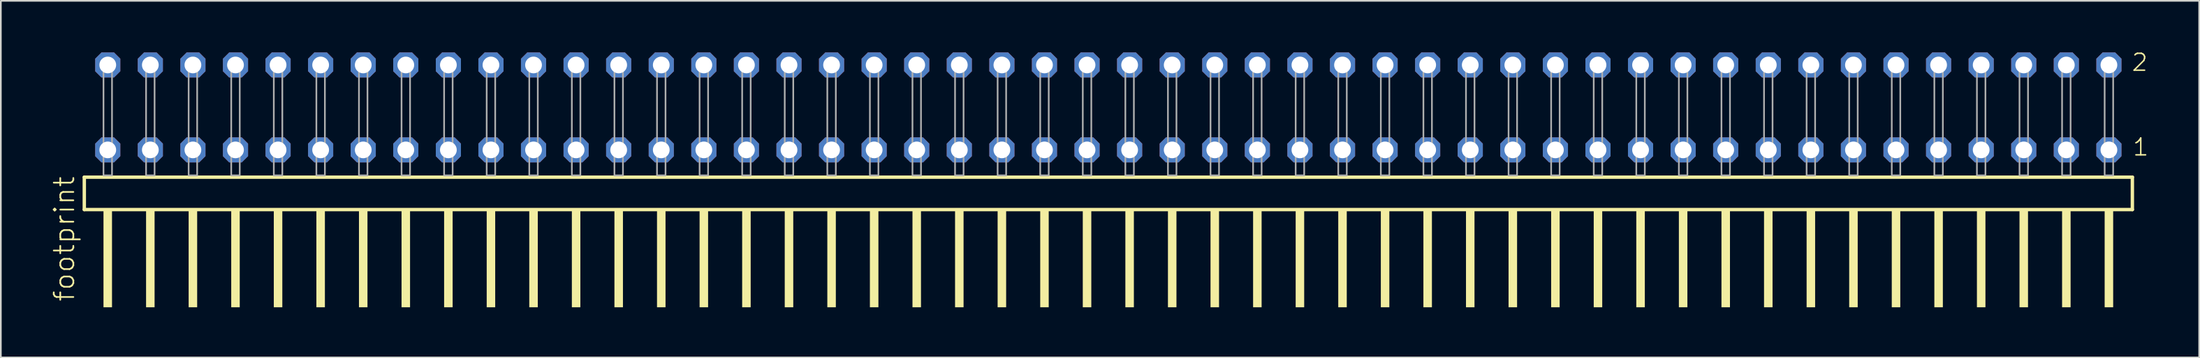
<source format=kicad_pcb>
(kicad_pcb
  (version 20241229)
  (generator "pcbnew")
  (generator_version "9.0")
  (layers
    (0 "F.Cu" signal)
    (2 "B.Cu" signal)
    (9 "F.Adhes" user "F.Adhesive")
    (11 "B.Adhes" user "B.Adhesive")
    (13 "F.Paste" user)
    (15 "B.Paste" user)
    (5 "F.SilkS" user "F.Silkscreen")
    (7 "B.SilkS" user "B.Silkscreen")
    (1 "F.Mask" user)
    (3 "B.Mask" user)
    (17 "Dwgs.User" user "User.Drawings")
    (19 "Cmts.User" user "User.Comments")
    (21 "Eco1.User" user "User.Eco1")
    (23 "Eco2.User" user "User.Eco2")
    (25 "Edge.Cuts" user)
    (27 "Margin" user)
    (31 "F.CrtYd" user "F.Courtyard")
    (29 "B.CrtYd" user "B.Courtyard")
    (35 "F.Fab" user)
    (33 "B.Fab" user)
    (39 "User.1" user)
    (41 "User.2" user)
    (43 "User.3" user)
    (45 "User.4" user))
  (footprint "footprint"
    (layer "F.Cu")
    (at 63.068 7.441)
    (property "Reference" "footprint" (at -61.595 7.62 90) (layer "F.SilkS") (effects (font (size 1.168 1.168) (thickness 0.102)) (justify left bottom)))
    (fp_line (start -61.089 0.106) (end -61.089 2.046) (stroke (width 0.203) (type solid)) (layer "F.SilkS"))
    (fp_line (start -61.089 2.046) (end 61.089 2.046) (stroke (width 0.203) (type solid)) (layer "F.SilkS"))
    (fp_line (start 61.089 0.106) (end -61.089 0.106) (stroke (width 0.203) (type solid)) (layer "F.SilkS"))
    (fp_line (start 61.089 2.046) (end 61.089 0.106) (stroke (width 0.203) (type solid)) (layer "F.SilkS"))
    (fp_poly (pts (xy -59.944 7.89) (xy -59.436 7.89) (xy -59.436 2.04) (xy -59.944 2.04)) (stroke (width 0) (type solid)) (fill yes) (layer "F.SilkS"))
    (fp_poly (pts (xy -57.404 7.89) (xy -56.896 7.89) (xy -56.896 2.04) (xy -57.404 2.04)) (stroke (width 0) (type solid)) (fill yes) (layer "F.SilkS"))
    (fp_poly (pts (xy -54.864 7.89) (xy -54.356 7.89) (xy -54.356 2.04) (xy -54.864 2.04)) (stroke (width 0) (type solid)) (fill yes) (layer "F.SilkS"))
    (fp_poly (pts (xy -52.324 7.89) (xy -51.816 7.89) (xy -51.816 2.04) (xy -52.324 2.04)) (stroke (width 0) (type solid)) (fill yes) (layer "F.SilkS"))
    (fp_poly (pts (xy -49.784 7.89) (xy -49.276 7.89) (xy -49.276 2.04) (xy -49.784 2.04)) (stroke (width 0) (type solid)) (fill yes) (layer "F.SilkS"))
    (fp_poly (pts (xy -47.244 7.89) (xy -46.736 7.89) (xy -46.736 2.04) (xy -47.244 2.04)) (stroke (width 0) (type solid)) (fill yes) (layer "F.SilkS"))
    (fp_poly (pts (xy -44.704 7.89) (xy -44.196 7.89) (xy -44.196 2.04) (xy -44.704 2.04)) (stroke (width 0) (type solid)) (fill yes) (layer "F.SilkS"))
    (fp_poly (pts (xy -42.164 7.89) (xy -41.656 7.89) (xy -41.656 2.04) (xy -42.164 2.04)) (stroke (width 0) (type solid)) (fill yes) (layer "F.SilkS"))
    (fp_poly (pts (xy -39.624 7.89) (xy -39.116 7.89) (xy -39.116 2.04) (xy -39.624 2.04)) (stroke (width 0) (type solid)) (fill yes) (layer "F.SilkS"))
    (fp_poly (pts (xy -37.084 7.89) (xy -36.576 7.89) (xy -36.576 2.04) (xy -37.084 2.04)) (stroke (width 0) (type solid)) (fill yes) (layer "F.SilkS"))
    (fp_poly (pts (xy -34.544 7.89) (xy -34.036 7.89) (xy -34.036 2.04) (xy -34.544 2.04)) (stroke (width 0) (type solid)) (fill yes) (layer "F.SilkS"))
    (fp_poly (pts (xy -32.004 7.89) (xy -31.496 7.89) (xy -31.496 2.04) (xy -32.004 2.04)) (stroke (width 0) (type solid)) (fill yes) (layer "F.SilkS"))
    (fp_poly (pts (xy -29.464 7.89) (xy -28.956 7.89) (xy -28.956 2.04) (xy -29.464 2.04)) (stroke (width 0) (type solid)) (fill yes) (layer "F.SilkS"))
    (fp_poly (pts (xy -26.924 7.89) (xy -26.416 7.89) (xy -26.416 2.04) (xy -26.924 2.04)) (stroke (width 0) (type solid)) (fill yes) (layer "F.SilkS"))
    (fp_poly (pts (xy -24.384 7.89) (xy -23.876 7.89) (xy -23.876 2.04) (xy -24.384 2.04)) (stroke (width 0) (type solid)) (fill yes) (layer "F.SilkS"))
    (fp_poly (pts (xy -21.844 7.89) (xy -21.336 7.89) (xy -21.336 2.04) (xy -21.844 2.04)) (stroke (width 0) (type solid)) (fill yes) (layer "F.SilkS"))
    (fp_poly (pts (xy -19.304 7.89) (xy -18.796 7.89) (xy -18.796 2.04) (xy -19.304 2.04)) (stroke (width 0) (type solid)) (fill yes) (layer "F.SilkS"))
    (fp_poly (pts (xy -16.764 7.89) (xy -16.256 7.89) (xy -16.256 2.04) (xy -16.764 2.04)) (stroke (width 0) (type solid)) (fill yes) (layer "F.SilkS"))
    (fp_poly (pts (xy -14.224 7.89) (xy -13.716 7.89) (xy -13.716 2.04) (xy -14.224 2.04)) (stroke (width 0) (type solid)) (fill yes) (layer "F.SilkS"))
    (fp_poly (pts (xy -11.684 7.89) (xy -11.176 7.89) (xy -11.176 2.04) (xy -11.684 2.04)) (stroke (width 0) (type solid)) (fill yes) (layer "F.SilkS"))
    (fp_poly (pts (xy -9.144 7.89) (xy -8.636 7.89) (xy -8.636 2.04) (xy -9.144 2.04)) (stroke (width 0) (type solid)) (fill yes) (layer "F.SilkS"))
    (fp_poly (pts (xy -6.604 7.89) (xy -6.096 7.89) (xy -6.096 2.04) (xy -6.604 2.04)) (stroke (width 0) (type solid)) (fill yes) (layer "F.SilkS"))
    (fp_poly (pts (xy -4.064 7.89) (xy -3.556 7.89) (xy -3.556 2.04) (xy -4.064 2.04)) (stroke (width 0) (type solid)) (fill yes) (layer "F.SilkS"))
    (fp_poly (pts (xy -1.524 7.89) (xy -1.016 7.89) (xy -1.016 2.04) (xy -1.524 2.04)) (stroke (width 0) (type solid)) (fill yes) (layer "F.SilkS"))
    (fp_poly (pts (xy 1.016 7.89) (xy 1.524 7.89) (xy 1.524 2.04) (xy 1.016 2.04)) (stroke (width 0) (type solid)) (fill yes) (layer "F.SilkS"))
    (fp_poly (pts (xy 3.556 7.89) (xy 4.064 7.89) (xy 4.064 2.04) (xy 3.556 2.04)) (stroke (width 0) (type solid)) (fill yes) (layer "F.SilkS"))
    (fp_poly (pts (xy 6.096 7.89) (xy 6.604 7.89) (xy 6.604 2.04) (xy 6.096 2.04)) (stroke (width 0) (type solid)) (fill yes) (layer "F.SilkS"))
    (fp_poly (pts (xy 8.636 7.89) (xy 9.144 7.89) (xy 9.144 2.04) (xy 8.636 2.04)) (stroke (width 0) (type solid)) (fill yes) (layer "F.SilkS"))
    (fp_poly (pts (xy 11.176 7.89) (xy 11.684 7.89) (xy 11.684 2.04) (xy 11.176 2.04)) (stroke (width 0) (type solid)) (fill yes) (layer "F.SilkS"))
    (fp_poly (pts (xy 13.716 7.89) (xy 14.224 7.89) (xy 14.224 2.04) (xy 13.716 2.04)) (stroke (width 0) (type solid)) (fill yes) (layer "F.SilkS"))
    (fp_poly (pts (xy 16.256 7.89) (xy 16.764 7.89) (xy 16.764 2.04) (xy 16.256 2.04)) (stroke (width 0) (type solid)) (fill yes) (layer "F.SilkS"))
    (fp_poly (pts (xy 18.796 7.89) (xy 19.304 7.89) (xy 19.304 2.04) (xy 18.796 2.04)) (stroke (width 0) (type solid)) (fill yes) (layer "F.SilkS"))
    (fp_poly (pts (xy 21.336 7.89) (xy 21.844 7.89) (xy 21.844 2.04) (xy 21.336 2.04)) (stroke (width 0) (type solid)) (fill yes) (layer "F.SilkS"))
    (fp_poly (pts (xy 23.876 7.89) (xy 24.384 7.89) (xy 24.384 2.04) (xy 23.876 2.04)) (stroke (width 0) (type solid)) (fill yes) (layer "F.SilkS"))
    (fp_poly (pts (xy 26.416 7.89) (xy 26.924 7.89) (xy 26.924 2.04) (xy 26.416 2.04)) (stroke (width 0) (type solid)) (fill yes) (layer "F.SilkS"))
    (fp_poly (pts (xy 28.956 7.89) (xy 29.464 7.89) (xy 29.464 2.04) (xy 28.956 2.04)) (stroke (width 0) (type solid)) (fill yes) (layer "F.SilkS"))
    (fp_poly (pts (xy 31.496 7.89) (xy 32.004 7.89) (xy 32.004 2.04) (xy 31.496 2.04)) (stroke (width 0) (type solid)) (fill yes) (layer "F.SilkS"))
    (fp_poly (pts (xy 34.036 7.89) (xy 34.544 7.89) (xy 34.544 2.04) (xy 34.036 2.04)) (stroke (width 0) (type solid)) (fill yes) (layer "F.SilkS"))
    (fp_poly (pts (xy 36.576 7.89) (xy 37.084 7.89) (xy 37.084 2.04) (xy 36.576 2.04)) (stroke (width 0) (type solid)) (fill yes) (layer "F.SilkS"))
    (fp_poly (pts (xy 39.116 7.89) (xy 39.624 7.89) (xy 39.624 2.04) (xy 39.116 2.04)) (stroke (width 0) (type solid)) (fill yes) (layer "F.SilkS"))
    (fp_poly (pts (xy 41.656 7.89) (xy 42.164 7.89) (xy 42.164 2.04) (xy 41.656 2.04)) (stroke (width 0) (type solid)) (fill yes) (layer "F.SilkS"))
    (fp_poly (pts (xy 44.196 7.89) (xy 44.704 7.89) (xy 44.704 2.04) (xy 44.196 2.04)) (stroke (width 0) (type solid)) (fill yes) (layer "F.SilkS"))
    (fp_poly (pts (xy 46.736 7.89) (xy 47.244 7.89) (xy 47.244 2.04) (xy 46.736 2.04)) (stroke (width 0) (type solid)) (fill yes) (layer "F.SilkS"))
    (fp_poly (pts (xy 49.276 7.89) (xy 49.784 7.89) (xy 49.784 2.04) (xy 49.276 2.04)) (stroke (width 0) (type solid)) (fill yes) (layer "F.SilkS"))
    (fp_poly (pts (xy 51.816 7.89) (xy 52.324 7.89) (xy 52.324 2.04) (xy 51.816 2.04)) (stroke (width 0) (type solid)) (fill yes) (layer "F.SilkS"))
    (fp_poly (pts (xy 54.356 7.89) (xy 54.864 7.89) (xy 54.864 2.04) (xy 54.356 2.04)) (stroke (width 0) (type solid)) (fill yes) (layer "F.SilkS"))
    (fp_poly (pts (xy 56.896 7.89) (xy 57.404 7.89) (xy 57.404 2.04) (xy 56.896 2.04)) (stroke (width 0) (type solid)) (fill yes) (layer "F.SilkS"))
    (fp_poly (pts (xy 59.436 7.89) (xy 59.944 7.89) (xy 59.944 2.04) (xy 59.436 2.04)) (stroke (width 0) (type solid)) (fill yes) (layer "F.SilkS"))
    (fp_poly (pts (xy -59.944 0) (xy -59.436 0) (xy -59.436 -6.858) (xy -59.944 -6.858)) (stroke (width 0.1) (type solid)) (fill no) (layer "F.Fab"))
    (fp_poly (pts (xy -57.404 0) (xy -56.896 0) (xy -56.896 -6.858) (xy -57.404 -6.858)) (stroke (width 0.1) (type solid)) (fill no) (layer "F.Fab"))
    (fp_poly (pts (xy -54.864 0) (xy -54.356 0) (xy -54.356 -6.858) (xy -54.864 -6.858)) (stroke (width 0.1) (type solid)) (fill no) (layer "F.Fab"))
    (fp_poly (pts (xy -52.324 0) (xy -51.816 0) (xy -51.816 -6.858) (xy -52.324 -6.858)) (stroke (width 0.1) (type solid)) (fill no) (layer "F.Fab"))
    (fp_poly (pts (xy -49.784 0) (xy -49.276 0) (xy -49.276 -6.858) (xy -49.784 -6.858)) (stroke (width 0.1) (type solid)) (fill no) (layer "F.Fab"))
    (fp_poly (pts (xy -47.244 0) (xy -46.736 0) (xy -46.736 -6.858) (xy -47.244 -6.858)) (stroke (width 0.1) (type solid)) (fill no) (layer "F.Fab"))
    (fp_poly (pts (xy -44.704 0) (xy -44.196 0) (xy -44.196 -6.858) (xy -44.704 -6.858)) (stroke (width 0.1) (type solid)) (fill no) (layer "F.Fab"))
    (fp_poly (pts (xy -42.164 0) (xy -41.656 0) (xy -41.656 -6.858) (xy -42.164 -6.858)) (stroke (width 0.1) (type solid)) (fill no) (layer "F.Fab"))
    (fp_poly (pts (xy -39.624 0) (xy -39.116 0) (xy -39.116 -6.858) (xy -39.624 -6.858)) (stroke (width 0.1) (type solid)) (fill no) (layer "F.Fab"))
    (fp_poly (pts (xy -37.084 0) (xy -36.576 0) (xy -36.576 -6.858) (xy -37.084 -6.858)) (stroke (width 0.1) (type solid)) (fill no) (layer "F.Fab"))
    (fp_poly (pts (xy -34.544 0) (xy -34.036 0) (xy -34.036 -6.858) (xy -34.544 -6.858)) (stroke (width 0.1) (type solid)) (fill no) (layer "F.Fab"))
    (fp_poly (pts (xy -32.004 0) (xy -31.496 0) (xy -31.496 -6.858) (xy -32.004 -6.858)) (stroke (width 0.1) (type solid)) (fill no) (layer "F.Fab"))
    (fp_poly (pts (xy -29.464 0) (xy -28.956 0) (xy -28.956 -6.858) (xy -29.464 -6.858)) (stroke (width 0.1) (type solid)) (fill no) (layer "F.Fab"))
    (fp_poly (pts (xy -26.924 0) (xy -26.416 0) (xy -26.416 -6.858) (xy -26.924 -6.858)) (stroke (width 0.1) (type solid)) (fill no) (layer "F.Fab"))
    (fp_poly (pts (xy -24.384 0) (xy -23.876 0) (xy -23.876 -6.858) (xy -24.384 -6.858)) (stroke (width 0.1) (type solid)) (fill no) (layer "F.Fab"))
    (fp_poly (pts (xy -21.844 0) (xy -21.336 0) (xy -21.336 -6.858) (xy -21.844 -6.858)) (stroke (width 0.1) (type solid)) (fill no) (layer "F.Fab"))
    (fp_poly (pts (xy -19.304 0) (xy -18.796 0) (xy -18.796 -6.858) (xy -19.304 -6.858)) (stroke (width 0.1) (type solid)) (fill no) (layer "F.Fab"))
    (fp_poly (pts (xy -16.764 0) (xy -16.256 0) (xy -16.256 -6.858) (xy -16.764 -6.858)) (stroke (width 0.1) (type solid)) (fill no) (layer "F.Fab"))
    (fp_poly (pts (xy -14.224 0) (xy -13.716 0) (xy -13.716 -6.858) (xy -14.224 -6.858)) (stroke (width 0.1) (type solid)) (fill no) (layer "F.Fab"))
    (fp_poly (pts (xy -11.684 0) (xy -11.176 0) (xy -11.176 -6.858) (xy -11.684 -6.858)) (stroke (width 0.1) (type solid)) (fill no) (layer "F.Fab"))
    (fp_poly (pts (xy -9.144 0) (xy -8.636 0) (xy -8.636 -6.858) (xy -9.144 -6.858)) (stroke (width 0.1) (type solid)) (fill no) (layer "F.Fab"))
    (fp_poly (pts (xy -6.604 0) (xy -6.096 0) (xy -6.096 -6.858) (xy -6.604 -6.858)) (stroke (width 0.1) (type solid)) (fill no) (layer "F.Fab"))
    (fp_poly (pts (xy -4.064 0) (xy -3.556 0) (xy -3.556 -6.858) (xy -4.064 -6.858)) (stroke (width 0.1) (type solid)) (fill no) (layer "F.Fab"))
    (fp_poly (pts (xy -1.524 0) (xy -1.016 0) (xy -1.016 -6.858) (xy -1.524 -6.858)) (stroke (width 0.1) (type solid)) (fill no) (layer "F.Fab"))
    (fp_poly (pts (xy 1.016 0) (xy 1.524 0) (xy 1.524 -6.858) (xy 1.016 -6.858)) (stroke (width 0.1) (type solid)) (fill no) (layer "F.Fab"))
    (fp_poly (pts (xy 3.556 0) (xy 4.064 0) (xy 4.064 -6.858) (xy 3.556 -6.858)) (stroke (width 0.1) (type solid)) (fill no) (layer "F.Fab"))
    (fp_poly (pts (xy 6.096 0) (xy 6.604 0) (xy 6.604 -6.858) (xy 6.096 -6.858)) (stroke (width 0.1) (type solid)) (fill no) (layer "F.Fab"))
    (fp_poly (pts (xy 8.636 0) (xy 9.144 0) (xy 9.144 -6.858) (xy 8.636 -6.858)) (stroke (width 0.1) (type solid)) (fill no) (layer "F.Fab"))
    (fp_poly (pts (xy 11.176 0) (xy 11.684 0) (xy 11.684 -6.858) (xy 11.176 -6.858)) (stroke (width 0.1) (type solid)) (fill no) (layer "F.Fab"))
    (fp_poly (pts (xy 13.716 0) (xy 14.224 0) (xy 14.224 -6.858) (xy 13.716 -6.858)) (stroke (width 0.1) (type solid)) (fill no) (layer "F.Fab"))
    (fp_poly (pts (xy 16.256 0) (xy 16.764 0) (xy 16.764 -6.858) (xy 16.256 -6.858)) (stroke (width 0.1) (type solid)) (fill no) (layer "F.Fab"))
    (fp_poly (pts (xy 18.796 0) (xy 19.304 0) (xy 19.304 -6.858) (xy 18.796 -6.858)) (stroke (width 0.1) (type solid)) (fill no) (layer "F.Fab"))
    (fp_poly (pts (xy 21.336 0) (xy 21.844 0) (xy 21.844 -6.858) (xy 21.336 -6.858)) (stroke (width 0.1) (type solid)) (fill no) (layer "F.Fab"))
    (fp_poly (pts (xy 23.876 0) (xy 24.384 0) (xy 24.384 -6.858) (xy 23.876 -6.858)) (stroke (width 0.1) (type solid)) (fill no) (layer "F.Fab"))
    (fp_poly (pts (xy 26.416 0) (xy 26.924 0) (xy 26.924 -6.858) (xy 26.416 -6.858)) (stroke (width 0.1) (type solid)) (fill no) (layer "F.Fab"))
    (fp_poly (pts (xy 28.956 0) (xy 29.464 0) (xy 29.464 -6.858) (xy 28.956 -6.858)) (stroke (width 0.1) (type solid)) (fill no) (layer "F.Fab"))
    (fp_poly (pts (xy 31.496 0) (xy 32.004 0) (xy 32.004 -6.858) (xy 31.496 -6.858)) (stroke (width 0.1) (type solid)) (fill no) (layer "F.Fab"))
    (fp_poly (pts (xy 34.036 0) (xy 34.544 0) (xy 34.544 -6.858) (xy 34.036 -6.858)) (stroke (width 0.1) (type solid)) (fill no) (layer "F.Fab"))
    (fp_poly (pts (xy 36.576 0) (xy 37.084 0) (xy 37.084 -6.858) (xy 36.576 -6.858)) (stroke (width 0.1) (type solid)) (fill no) (layer "F.Fab"))
    (fp_poly (pts (xy 39.116 0) (xy 39.624 0) (xy 39.624 -6.858) (xy 39.116 -6.858)) (stroke (width 0.1) (type solid)) (fill no) (layer "F.Fab"))
    (fp_poly (pts (xy 41.656 0) (xy 42.164 0) (xy 42.164 -6.858) (xy 41.656 -6.858)) (stroke (width 0.1) (type solid)) (fill no) (layer "F.Fab"))
    (fp_poly (pts (xy 44.196 0) (xy 44.704 0) (xy 44.704 -6.858) (xy 44.196 -6.858)) (stroke (width 0.1) (type solid)) (fill no) (layer "F.Fab"))
    (fp_poly (pts (xy 46.736 0) (xy 47.244 0) (xy 47.244 -6.858) (xy 46.736 -6.858)) (stroke (width 0.1) (type solid)) (fill no) (layer "F.Fab"))
    (fp_poly (pts (xy 49.276 0) (xy 49.784 0) (xy 49.784 -6.858) (xy 49.276 -6.858)) (stroke (width 0.1) (type solid)) (fill no) (layer "F.Fab"))
    (fp_poly (pts (xy 51.816 0) (xy 52.324 0) (xy 52.324 -6.858) (xy 51.816 -6.858)) (stroke (width 0.1) (type solid)) (fill no) (layer "F.Fab"))
    (fp_poly (pts (xy 54.356 0) (xy 54.864 0) (xy 54.864 -6.858) (xy 54.356 -6.858)) (stroke (width 0.1) (type solid)) (fill no) (layer "F.Fab"))
    (fp_poly (pts (xy 56.896 0) (xy 57.404 0) (xy 57.404 -6.858) (xy 56.896 -6.858)) (stroke (width 0.1) (type solid)) (fill no) (layer "F.Fab"))
    (fp_poly (pts (xy 59.436 0) (xy 59.944 0) (xy 59.944 -6.858) (xy 59.436 -6.858)) (stroke (width 0.1) (type solid)) (fill no) (layer "F.Fab"))
    (fp_text user "1" (at 61.05 -1.1 0) (layer "F.SilkS") (effects (font (size 1.012 1.012) (thickness 0.088)) (justify left bottom)))
    (fp_text user "2" (at 60.99 -6.165 0) (layer "F.SilkS") (effects (font (size 1.012 1.012) (thickness 0.088)) (justify left bottom)))
    (pad "1" thru_hole roundrect (at 59.69 -1.524 180) (size 1.5 1.5) (drill 1) (layers "*.Cu" "*.Mask") (roundrect_rratio 0.25) (chamfer_ratio 0.25) (chamfer top_left top_right bottom_left bottom_right))
    (pad "2" thru_hole roundrect (at 59.69 -6.604 180) (size 1.5 1.5) (drill 1) (layers "*.Cu" "*.Mask") (roundrect_rratio 0.25) (chamfer_ratio 0.25) (chamfer top_left top_right bottom_left bottom_right))
    (pad "3" thru_hole roundrect (at 57.15 -1.524 180) (size 1.5 1.5) (drill 1) (layers "*.Cu" "*.Mask") (roundrect_rratio 0.25) (chamfer_ratio 0.25) (chamfer top_left top_right bottom_left bottom_right))
    (pad "4" thru_hole roundrect (at 57.15 -6.604 180) (size 1.5 1.5) (drill 1) (layers "*.Cu" "*.Mask") (roundrect_rratio 0.25) (chamfer_ratio 0.25) (chamfer top_left top_right bottom_left bottom_right))
    (pad "5" thru_hole roundrect (at 54.61 -1.524 180) (size 1.5 1.5) (drill 1) (layers "*.Cu" "*.Mask") (roundrect_rratio 0.25) (chamfer_ratio 0.25) (chamfer top_left top_right bottom_left bottom_right))
    (pad "6" thru_hole roundrect (at 54.61 -6.604 180) (size 1.5 1.5) (drill 1) (layers "*.Cu" "*.Mask") (roundrect_rratio 0.25) (chamfer_ratio 0.25) (chamfer top_left top_right bottom_left bottom_right))
    (pad "7" thru_hole roundrect (at 52.07 -1.524 180) (size 1.5 1.5) (drill 1) (layers "*.Cu" "*.Mask") (roundrect_rratio 0.25) (chamfer_ratio 0.25) (chamfer top_left top_right bottom_left bottom_right))
    (pad "8" thru_hole roundrect (at 52.07 -6.604 180) (size 1.5 1.5) (drill 1) (layers "*.Cu" "*.Mask") (roundrect_rratio 0.25) (chamfer_ratio 0.25) (chamfer top_left top_right bottom_left bottom_right))
    (pad "9" thru_hole roundrect (at 49.53 -1.524 180) (size 1.5 1.5) (drill 1) (layers "*.Cu" "*.Mask") (roundrect_rratio 0.25) (chamfer_ratio 0.25) (chamfer top_left top_right bottom_left bottom_right))
    (pad "10" thru_hole roundrect (at 49.53 -6.604 180) (size 1.5 1.5) (drill 1) (layers "*.Cu" "*.Mask") (roundrect_rratio 0.25) (chamfer_ratio 0.25) (chamfer top_left top_right bottom_left bottom_right))
    (pad "11" thru_hole roundrect (at 46.99 -1.524 180) (size 1.5 1.5) (drill 1) (layers "*.Cu" "*.Mask") (roundrect_rratio 0.25) (chamfer_ratio 0.25) (chamfer top_left top_right bottom_left bottom_right))
    (pad "12" thru_hole roundrect (at 46.99 -6.604 180) (size 1.5 1.5) (drill 1) (layers "*.Cu" "*.Mask") (roundrect_rratio 0.25) (chamfer_ratio 0.25) (chamfer top_left top_right bottom_left bottom_right))
    (pad "13" thru_hole roundrect (at 44.45 -1.524 180) (size 1.5 1.5) (drill 1) (layers "*.Cu" "*.Mask") (roundrect_rratio 0.25) (chamfer_ratio 0.25) (chamfer top_left top_right bottom_left bottom_right))
    (pad "14" thru_hole roundrect (at 44.45 -6.604 180) (size 1.5 1.5) (drill 1) (layers "*.Cu" "*.Mask") (roundrect_rratio 0.25) (chamfer_ratio 0.25) (chamfer top_left top_right bottom_left bottom_right))
    (pad "15" thru_hole roundrect (at 41.91 -1.524 180) (size 1.5 1.5) (drill 1) (layers "*.Cu" "*.Mask") (roundrect_rratio 0.25) (chamfer_ratio 0.25) (chamfer top_left top_right bottom_left bottom_right))
    (pad "16" thru_hole roundrect (at 41.91 -6.604 180) (size 1.5 1.5) (drill 1) (layers "*.Cu" "*.Mask") (roundrect_rratio 0.25) (chamfer_ratio 0.25) (chamfer top_left top_right bottom_left bottom_right))
    (pad "17" thru_hole roundrect (at 39.37 -1.524 180) (size 1.5 1.5) (drill 1) (layers "*.Cu" "*.Mask") (roundrect_rratio 0.25) (chamfer_ratio 0.25) (chamfer top_left top_right bottom_left bottom_right))
    (pad "18" thru_hole roundrect (at 39.37 -6.604 180) (size 1.5 1.5) (drill 1) (layers "*.Cu" "*.Mask") (roundrect_rratio 0.25) (chamfer_ratio 0.25) (chamfer top_left top_right bottom_left bottom_right))
    (pad "19" thru_hole roundrect (at 36.83 -1.524 180) (size 1.5 1.5) (drill 1) (layers "*.Cu" "*.Mask") (roundrect_rratio 0.25) (chamfer_ratio 0.25) (chamfer top_left top_right bottom_left bottom_right))
    (pad "20" thru_hole roundrect (at 36.83 -6.604 180) (size 1.5 1.5) (drill 1) (layers "*.Cu" "*.Mask") (roundrect_rratio 0.25) (chamfer_ratio 0.25) (chamfer top_left top_right bottom_left bottom_right))
    (pad "21" thru_hole roundrect (at 34.29 -1.524 180) (size 1.5 1.5) (drill 1) (layers "*.Cu" "*.Mask") (roundrect_rratio 0.25) (chamfer_ratio 0.25) (chamfer top_left top_right bottom_left bottom_right))
    (pad "22" thru_hole roundrect (at 34.29 -6.604 180) (size 1.5 1.5) (drill 1) (layers "*.Cu" "*.Mask") (roundrect_rratio 0.25) (chamfer_ratio 0.25) (chamfer top_left top_right bottom_left bottom_right))
    (pad "23" thru_hole roundrect (at 31.75 -1.524 180) (size 1.5 1.5) (drill 1) (layers "*.Cu" "*.Mask") (roundrect_rratio 0.25) (chamfer_ratio 0.25) (chamfer top_left top_right bottom_left bottom_right))
    (pad "24" thru_hole roundrect (at 31.75 -6.604 180) (size 1.5 1.5) (drill 1) (layers "*.Cu" "*.Mask") (roundrect_rratio 0.25) (chamfer_ratio 0.25) (chamfer top_left top_right bottom_left bottom_right))
    (pad "25" thru_hole roundrect (at 29.21 -1.524 180) (size 1.5 1.5) (drill 1) (layers "*.Cu" "*.Mask") (roundrect_rratio 0.25) (chamfer_ratio 0.25) (chamfer top_left top_right bottom_left bottom_right))
    (pad "26" thru_hole roundrect (at 29.21 -6.604 180) (size 1.5 1.5) (drill 1) (layers "*.Cu" "*.Mask") (roundrect_rratio 0.25) (chamfer_ratio 0.25) (chamfer top_left top_right bottom_left bottom_right))
    (pad "27" thru_hole roundrect (at 26.67 -1.524 180) (size 1.5 1.5) (drill 1) (layers "*.Cu" "*.Mask") (roundrect_rratio 0.25) (chamfer_ratio 0.25) (chamfer top_left top_right bottom_left bottom_right))
    (pad "28" thru_hole roundrect (at 26.67 -6.604 180) (size 1.5 1.5) (drill 1) (layers "*.Cu" "*.Mask") (roundrect_rratio 0.25) (chamfer_ratio 0.25) (chamfer top_left top_right bottom_left bottom_right))
    (pad "29" thru_hole roundrect (at 24.13 -1.524 180) (size 1.5 1.5) (drill 1) (layers "*.Cu" "*.Mask") (roundrect_rratio 0.25) (chamfer_ratio 0.25) (chamfer top_left top_right bottom_left bottom_right))
    (pad "30" thru_hole roundrect (at 24.13 -6.604 180) (size 1.5 1.5) (drill 1) (layers "*.Cu" "*.Mask") (roundrect_rratio 0.25) (chamfer_ratio 0.25) (chamfer top_left top_right bottom_left bottom_right))
    (pad "31" thru_hole roundrect (at 21.59 -1.524 180) (size 1.5 1.5) (drill 1) (layers "*.Cu" "*.Mask") (roundrect_rratio 0.25) (chamfer_ratio 0.25) (chamfer top_left top_right bottom_left bottom_right))
    (pad "32" thru_hole roundrect (at 21.59 -6.604 180) (size 1.5 1.5) (drill 1) (layers "*.Cu" "*.Mask") (roundrect_rratio 0.25) (chamfer_ratio 0.25) (chamfer top_left top_right bottom_left bottom_right))
    (pad "33" thru_hole roundrect (at 19.05 -1.524 180) (size 1.5 1.5) (drill 1) (layers "*.Cu" "*.Mask") (roundrect_rratio 0.25) (chamfer_ratio 0.25) (chamfer top_left top_right bottom_left bottom_right))
    (pad "34" thru_hole roundrect (at 19.05 -6.604 180) (size 1.5 1.5) (drill 1) (layers "*.Cu" "*.Mask") (roundrect_rratio 0.25) (chamfer_ratio 0.25) (chamfer top_left top_right bottom_left bottom_right))
    (pad "35" thru_hole roundrect (at 16.51 -1.524 180) (size 1.5 1.5) (drill 1) (layers "*.Cu" "*.Mask") (roundrect_rratio 0.25) (chamfer_ratio 0.25) (chamfer top_left top_right bottom_left bottom_right))
    (pad "36" thru_hole roundrect (at 16.51 -6.604 180) (size 1.5 1.5) (drill 1) (layers "*.Cu" "*.Mask") (roundrect_rratio 0.25) (chamfer_ratio 0.25) (chamfer top_left top_right bottom_left bottom_right))
    (pad "37" thru_hole roundrect (at 13.97 -1.524 180) (size 1.5 1.5) (drill 1) (layers "*.Cu" "*.Mask") (roundrect_rratio 0.25) (chamfer_ratio 0.25) (chamfer top_left top_right bottom_left bottom_right))
    (pad "38" thru_hole roundrect (at 13.97 -6.604 180) (size 1.5 1.5) (drill 1) (layers "*.Cu" "*.Mask") (roundrect_rratio 0.25) (chamfer_ratio 0.25) (chamfer top_left top_right bottom_left bottom_right))
    (pad "39" thru_hole roundrect (at 11.43 -1.524 180) (size 1.5 1.5) (drill 1) (layers "*.Cu" "*.Mask") (roundrect_rratio 0.25) (chamfer_ratio 0.25) (chamfer top_left top_right bottom_left bottom_right))
    (pad "40" thru_hole roundrect (at 11.43 -6.604 180) (size 1.5 1.5) (drill 1) (layers "*.Cu" "*.Mask") (roundrect_rratio 0.25) (chamfer_ratio 0.25) (chamfer top_left top_right bottom_left bottom_right))
    (pad "41" thru_hole roundrect (at 8.89 -1.524 180) (size 1.5 1.5) (drill 1) (layers "*.Cu" "*.Mask") (roundrect_rratio 0.25) (chamfer_ratio 0.25) (chamfer top_left top_right bottom_left bottom_right))
    (pad "42" thru_hole roundrect (at 8.89 -6.604 180) (size 1.5 1.5) (drill 1) (layers "*.Cu" "*.Mask") (roundrect_rratio 0.25) (chamfer_ratio 0.25) (chamfer top_left top_right bottom_left bottom_right))
    (pad "43" thru_hole roundrect (at 6.35 -1.524 180) (size 1.5 1.5) (drill 1) (layers "*.Cu" "*.Mask") (roundrect_rratio 0.25) (chamfer_ratio 0.25) (chamfer top_left top_right bottom_left bottom_right))
    (pad "44" thru_hole roundrect (at 6.35 -6.604 180) (size 1.5 1.5) (drill 1) (layers "*.Cu" "*.Mask") (roundrect_rratio 0.25) (chamfer_ratio 0.25) (chamfer top_left top_right bottom_left bottom_right))
    (pad "45" thru_hole roundrect (at 3.81 -1.524 180) (size 1.5 1.5) (drill 1) (layers "*.Cu" "*.Mask") (roundrect_rratio 0.25) (chamfer_ratio 0.25) (chamfer top_left top_right bottom_left bottom_right))
    (pad "46" thru_hole roundrect (at 3.81 -6.604 180) (size 1.5 1.5) (drill 1) (layers "*.Cu" "*.Mask") (roundrect_rratio 0.25) (chamfer_ratio 0.25) (chamfer top_left top_right bottom_left bottom_right))
    (pad "47" thru_hole roundrect (at 1.27 -1.524 180) (size 1.5 1.5) (drill 1) (layers "*.Cu" "*.Mask") (roundrect_rratio 0.25) (chamfer_ratio 0.25) (chamfer top_left top_right bottom_left bottom_right))
    (pad "48" thru_hole roundrect (at 1.27 -6.604 180) (size 1.5 1.5) (drill 1) (layers "*.Cu" "*.Mask") (roundrect_rratio 0.25) (chamfer_ratio 0.25) (chamfer top_left top_right bottom_left bottom_right))
    (pad "49" thru_hole roundrect (at -1.27 -1.524 180) (size 1.5 1.5) (drill 1) (layers "*.Cu" "*.Mask") (roundrect_rratio 0.25) (chamfer_ratio 0.25) (chamfer top_left top_right bottom_left bottom_right))
    (pad "50" thru_hole roundrect (at -1.27 -6.604 180) (size 1.5 1.5) (drill 1) (layers "*.Cu" "*.Mask") (roundrect_rratio 0.25) (chamfer_ratio 0.25) (chamfer top_left top_right bottom_left bottom_right))
    (pad "51" thru_hole roundrect (at -3.81 -1.524 180) (size 1.5 1.5) (drill 1) (layers "*.Cu" "*.Mask") (roundrect_rratio 0.25) (chamfer_ratio 0.25) (chamfer top_left top_right bottom_left bottom_right))
    (pad "52" thru_hole roundrect (at -3.81 -6.604 180) (size 1.5 1.5) (drill 1) (layers "*.Cu" "*.Mask") (roundrect_rratio 0.25) (chamfer_ratio 0.25) (chamfer top_left top_right bottom_left bottom_right))
    (pad "53" thru_hole roundrect (at -6.35 -1.524 180) (size 1.5 1.5) (drill 1) (layers "*.Cu" "*.Mask") (roundrect_rratio 0.25) (chamfer_ratio 0.25) (chamfer top_left top_right bottom_left bottom_right))
    (pad "54" thru_hole roundrect (at -6.35 -6.604 180) (size 1.5 1.5) (drill 1) (layers "*.Cu" "*.Mask") (roundrect_rratio 0.25) (chamfer_ratio 0.25) (chamfer top_left top_right bottom_left bottom_right))
    (pad "55" thru_hole roundrect (at -8.89 -1.524 180) (size 1.5 1.5) (drill 1) (layers "*.Cu" "*.Mask") (roundrect_rratio 0.25) (chamfer_ratio 0.25) (chamfer top_left top_right bottom_left bottom_right))
    (pad "56" thru_hole roundrect (at -8.89 -6.604 180) (size 1.5 1.5) (drill 1) (layers "*.Cu" "*.Mask") (roundrect_rratio 0.25) (chamfer_ratio 0.25) (chamfer top_left top_right bottom_left bottom_right))
    (pad "57" thru_hole roundrect (at -11.43 -1.524 180) (size 1.5 1.5) (drill 1) (layers "*.Cu" "*.Mask") (roundrect_rratio 0.25) (chamfer_ratio 0.25) (chamfer top_left top_right bottom_left bottom_right))
    (pad "58" thru_hole roundrect (at -11.43 -6.604 180) (size 1.5 1.5) (drill 1) (layers "*.Cu" "*.Mask") (roundrect_rratio 0.25) (chamfer_ratio 0.25) (chamfer top_left top_right bottom_left bottom_right))
    (pad "59" thru_hole roundrect (at -13.97 -1.524 180) (size 1.5 1.5) (drill 1) (layers "*.Cu" "*.Mask") (roundrect_rratio 0.25) (chamfer_ratio 0.25) (chamfer top_left top_right bottom_left bottom_right))
    (pad "60" thru_hole roundrect (at -13.97 -6.604 180) (size 1.5 1.5) (drill 1) (layers "*.Cu" "*.Mask") (roundrect_rratio 0.25) (chamfer_ratio 0.25) (chamfer top_left top_right bottom_left bottom_right))
    (pad "61" thru_hole roundrect (at -16.51 -1.524 180) (size 1.5 1.5) (drill 1) (layers "*.Cu" "*.Mask") (roundrect_rratio 0.25) (chamfer_ratio 0.25) (chamfer top_left top_right bottom_left bottom_right))
    (pad "62" thru_hole roundrect (at -16.51 -6.604 180) (size 1.5 1.5) (drill 1) (layers "*.Cu" "*.Mask") (roundrect_rratio 0.25) (chamfer_ratio 0.25) (chamfer top_left top_right bottom_left bottom_right))
    (pad "63" thru_hole roundrect (at -19.05 -1.524 180) (size 1.5 1.5) (drill 1) (layers "*.Cu" "*.Mask") (roundrect_rratio 0.25) (chamfer_ratio 0.25) (chamfer top_left top_right bottom_left bottom_right))
    (pad "64" thru_hole roundrect (at -19.05 -6.604 180) (size 1.5 1.5) (drill 1) (layers "*.Cu" "*.Mask") (roundrect_rratio 0.25) (chamfer_ratio 0.25) (chamfer top_left top_right bottom_left bottom_right))
    (pad "65" thru_hole roundrect (at -21.59 -1.524 180) (size 1.5 1.5) (drill 1) (layers "*.Cu" "*.Mask") (roundrect_rratio 0.25) (chamfer_ratio 0.25) (chamfer top_left top_right bottom_left bottom_right))
    (pad "66" thru_hole roundrect (at -21.59 -6.604 180) (size 1.5 1.5) (drill 1) (layers "*.Cu" "*.Mask") (roundrect_rratio 0.25) (chamfer_ratio 0.25) (chamfer top_left top_right bottom_left bottom_right))
    (pad "67" thru_hole roundrect (at -24.13 -1.524 180) (size 1.5 1.5) (drill 1) (layers "*.Cu" "*.Mask") (roundrect_rratio 0.25) (chamfer_ratio 0.25) (chamfer top_left top_right bottom_left bottom_right))
    (pad "68" thru_hole roundrect (at -24.13 -6.604 180) (size 1.5 1.5) (drill 1) (layers "*.Cu" "*.Mask") (roundrect_rratio 0.25) (chamfer_ratio 0.25) (chamfer top_left top_right bottom_left bottom_right))
    (pad "69" thru_hole roundrect (at -26.67 -1.524 180) (size 1.5 1.5) (drill 1) (layers "*.Cu" "*.Mask") (roundrect_rratio 0.25) (chamfer_ratio 0.25) (chamfer top_left top_right bottom_left bottom_right))
    (pad "70" thru_hole roundrect (at -26.67 -6.604 180) (size 1.5 1.5) (drill 1) (layers "*.Cu" "*.Mask") (roundrect_rratio 0.25) (chamfer_ratio 0.25) (chamfer top_left top_right bottom_left bottom_right))
    (pad "71" thru_hole roundrect (at -29.21 -1.524 180) (size 1.5 1.5) (drill 1) (layers "*.Cu" "*.Mask") (roundrect_rratio 0.25) (chamfer_ratio 0.25) (chamfer top_left top_right bottom_left bottom_right))
    (pad "72" thru_hole roundrect (at -29.21 -6.604 180) (size 1.5 1.5) (drill 1) (layers "*.Cu" "*.Mask") (roundrect_rratio 0.25) (chamfer_ratio 0.25) (chamfer top_left top_right bottom_left bottom_right))
    (pad "73" thru_hole roundrect (at -31.75 -1.524 180) (size 1.5 1.5) (drill 1) (layers "*.Cu" "*.Mask") (roundrect_rratio 0.25) (chamfer_ratio 0.25) (chamfer top_left top_right bottom_left bottom_right))
    (pad "74" thru_hole roundrect (at -31.75 -6.604 180) (size 1.5 1.5) (drill 1) (layers "*.Cu" "*.Mask") (roundrect_rratio 0.25) (chamfer_ratio 0.25) (chamfer top_left top_right bottom_left bottom_right))
    (pad "75" thru_hole roundrect (at -34.29 -1.524 180) (size 1.5 1.5) (drill 1) (layers "*.Cu" "*.Mask") (roundrect_rratio 0.25) (chamfer_ratio 0.25) (chamfer top_left top_right bottom_left bottom_right))
    (pad "76" thru_hole roundrect (at -34.29 -6.604 180) (size 1.5 1.5) (drill 1) (layers "*.Cu" "*.Mask") (roundrect_rratio 0.25) (chamfer_ratio 0.25) (chamfer top_left top_right bottom_left bottom_right))
    (pad "77" thru_hole roundrect (at -36.83 -1.524 180) (size 1.5 1.5) (drill 1) (layers "*.Cu" "*.Mask") (roundrect_rratio 0.25) (chamfer_ratio 0.25) (chamfer top_left top_right bottom_left bottom_right))
    (pad "78" thru_hole roundrect (at -36.83 -6.604 180) (size 1.5 1.5) (drill 1) (layers "*.Cu" "*.Mask") (roundrect_rratio 0.25) (chamfer_ratio 0.25) (chamfer top_left top_right bottom_left bottom_right))
    (pad "79" thru_hole roundrect (at -39.37 -1.524 180) (size 1.5 1.5) (drill 1) (layers "*.Cu" "*.Mask") (roundrect_rratio 0.25) (chamfer_ratio 0.25) (chamfer top_left top_right bottom_left bottom_right))
    (pad "80" thru_hole roundrect (at -39.37 -6.604 180) (size 1.5 1.5) (drill 1) (layers "*.Cu" "*.Mask") (roundrect_rratio 0.25) (chamfer_ratio 0.25) (chamfer top_left top_right bottom_left bottom_right))
    (pad "81" thru_hole roundrect (at -41.91 -1.524 180) (size 1.5 1.5) (drill 1) (layers "*.Cu" "*.Mask") (roundrect_rratio 0.25) (chamfer_ratio 0.25) (chamfer top_left top_right bottom_left bottom_right))
    (pad "82" thru_hole roundrect (at -41.91 -6.604 180) (size 1.5 1.5) (drill 1) (layers "*.Cu" "*.Mask") (roundrect_rratio 0.25) (chamfer_ratio 0.25) (chamfer top_left top_right bottom_left bottom_right))
    (pad "83" thru_hole roundrect (at -44.45 -1.524 180) (size 1.5 1.5) (drill 1) (layers "*.Cu" "*.Mask") (roundrect_rratio 0.25) (chamfer_ratio 0.25) (chamfer top_left top_right bottom_left bottom_right))
    (pad "84" thru_hole roundrect (at -44.45 -6.604 180) (size 1.5 1.5) (drill 1) (layers "*.Cu" "*.Mask") (roundrect_rratio 0.25) (chamfer_ratio 0.25) (chamfer top_left top_right bottom_left bottom_right))
    (pad "85" thru_hole roundrect (at -46.99 -1.524 180) (size 1.5 1.5) (drill 1) (layers "*.Cu" "*.Mask") (roundrect_rratio 0.25) (chamfer_ratio 0.25) (chamfer top_left top_right bottom_left bottom_right))
    (pad "86" thru_hole roundrect (at -46.99 -6.604 180) (size 1.5 1.5) (drill 1) (layers "*.Cu" "*.Mask") (roundrect_rratio 0.25) (chamfer_ratio 0.25) (chamfer top_left top_right bottom_left bottom_right))
    (pad "87" thru_hole roundrect (at -49.53 -1.524 180) (size 1.5 1.5) (drill 1) (layers "*.Cu" "*.Mask") (roundrect_rratio 0.25) (chamfer_ratio 0.25) (chamfer top_left top_right bottom_left bottom_right))
    (pad "88" thru_hole roundrect (at -49.53 -6.604 180) (size 1.5 1.5) (drill 1) (layers "*.Cu" "*.Mask") (roundrect_rratio 0.25) (chamfer_ratio 0.25) (chamfer top_left top_right bottom_left bottom_right))
    (pad "89" thru_hole roundrect (at -52.07 -1.524 180) (size 1.5 1.5) (drill 1) (layers "*.Cu" "*.Mask") (roundrect_rratio 0.25) (chamfer_ratio 0.25) (chamfer top_left top_right bottom_left bottom_right))
    (pad "90" thru_hole roundrect (at -52.07 -6.604 180) (size 1.5 1.5) (drill 1) (layers "*.Cu" "*.Mask") (roundrect_rratio 0.25) (chamfer_ratio 0.25) (chamfer top_left top_right bottom_left bottom_right))
    (pad "91" thru_hole roundrect (at -54.61 -1.524 180) (size 1.5 1.5) (drill 1) (layers "*.Cu" "*.Mask") (roundrect_rratio 0.25) (chamfer_ratio 0.25) (chamfer top_left top_right bottom_left bottom_right))
    (pad "92" thru_hole roundrect (at -54.61 -6.604 180) (size 1.5 1.5) (drill 1) (layers "*.Cu" "*.Mask") (roundrect_rratio 0.25) (chamfer_ratio 0.25) (chamfer top_left top_right bottom_left bottom_right))
    (pad "93" thru_hole roundrect (at -57.15 -1.524 180) (size 1.5 1.5) (drill 1) (layers "*.Cu" "*.Mask") (roundrect_rratio 0.25) (chamfer_ratio 0.25) (chamfer top_left top_right bottom_left bottom_right))
    (pad "94" thru_hole roundrect (at -57.15 -6.604 180) (size 1.5 1.5) (drill 1) (layers "*.Cu" "*.Mask") (roundrect_rratio 0.25) (chamfer_ratio 0.25) (chamfer top_left top_right bottom_left bottom_right))
    (pad "95" thru_hole roundrect (at -59.69 -1.524 180) (size 1.5 1.5) (drill 1) (layers "*.Cu" "*.Mask") (roundrect_rratio 0.25) (chamfer_ratio 0.25) (chamfer top_left top_right bottom_left bottom_right))
    (pad "96" thru_hole roundrect (at -59.69 -6.604 180) (size 1.5 1.5) (drill 1) (layers "*.Cu" "*.Mask") (roundrect_rratio 0.25) (chamfer_ratio 0.25) (chamfer top_left top_right bottom_left bottom_right)))
  (gr_rect
    (start -3 -3)
    (end 128.144 18.331)
    (stroke (width 0.1) (type default))
    (fill no)
    (layer "Edge.Cuts")))
</source>
